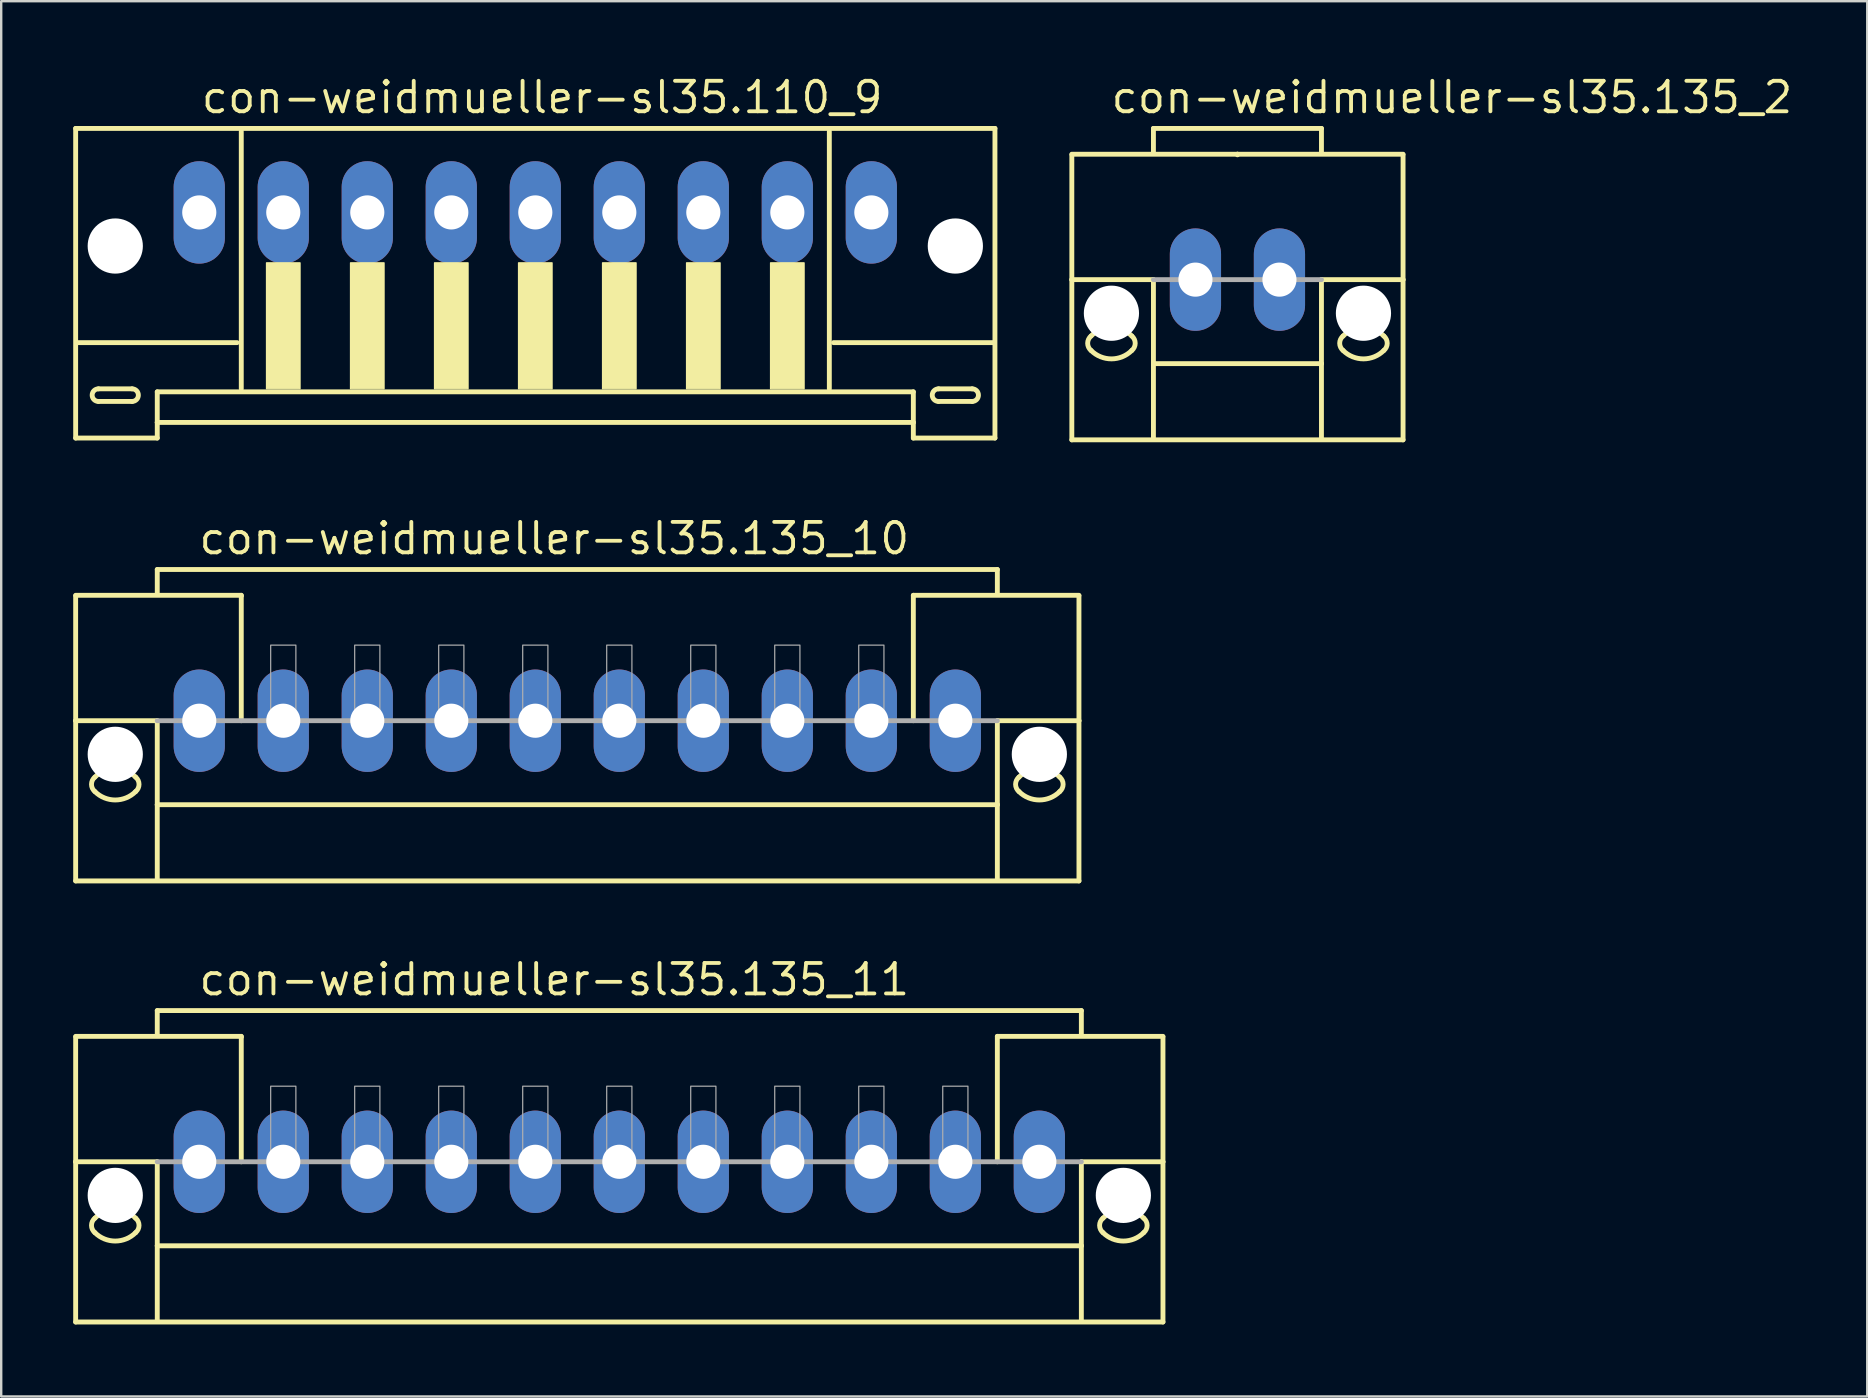
<source format=kicad_pcb>
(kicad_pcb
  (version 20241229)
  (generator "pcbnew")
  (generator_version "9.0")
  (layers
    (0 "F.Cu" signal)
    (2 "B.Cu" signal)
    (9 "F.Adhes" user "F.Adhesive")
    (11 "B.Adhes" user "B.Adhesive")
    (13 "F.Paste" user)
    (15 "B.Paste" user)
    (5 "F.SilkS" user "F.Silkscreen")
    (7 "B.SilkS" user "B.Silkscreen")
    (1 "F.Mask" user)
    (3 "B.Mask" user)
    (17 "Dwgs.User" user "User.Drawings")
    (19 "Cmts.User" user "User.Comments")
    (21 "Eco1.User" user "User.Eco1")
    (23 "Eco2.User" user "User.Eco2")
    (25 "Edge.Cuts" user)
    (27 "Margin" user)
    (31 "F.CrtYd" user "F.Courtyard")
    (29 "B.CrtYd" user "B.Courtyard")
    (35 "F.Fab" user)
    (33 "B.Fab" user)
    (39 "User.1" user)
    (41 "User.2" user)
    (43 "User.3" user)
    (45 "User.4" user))
  (footprint "con-weidmueller-sl35.110_9"
    (layer "F.Cu")
    (at 19.252 7.55)
    (property "Reference" "con-weidmueller-sl35.110_9" (at -14 -5.8 0) (layer "F.SilkS") (effects (font (size 1.27 1.27) (thickness 0.16)) (justify left bottom)))
    (attr through_hole)
    (fp_line (start -19.15 -5.25) (end -19.15 7.65) (stroke (width 0.203) (type default)) (layer "F.SilkS"))
    (fp_line (start -19.15 7.65) (end -15.75 7.65) (stroke (width 0.203) (type default)) (layer "F.SilkS"))
    (fp_line (start -18.2 5.6) (end -16.8 5.6) (stroke (width 0.203) (type default)) (layer "F.SilkS"))
    (fp_line (start -16.8 6.125) (end -18.2 6.125) (stroke (width 0.203) (type default)) (layer "F.SilkS"))
    (fp_line (start -15.75 5.725) (end 15.75 5.725) (stroke (width 0.203) (type default)) (layer "F.SilkS"))
    (fp_line (start -15.75 7) (end -15.75 5.725) (stroke (width 0.203) (type default)) (layer "F.SilkS"))
    (fp_line (start -15.75 7) (end 15.75 7) (stroke (width 0.203) (type default)) (layer "F.SilkS"))
    (fp_line (start -15.75 7.65) (end -15.75 7) (stroke (width 0.203) (type default)) (layer "F.SilkS"))
    (fp_line (start -12.425 3.675) (end -19.075 3.675) (stroke (width 0.203) (type default)) (layer "F.SilkS"))
    (fp_line (start -12.25 -5.125) (end -12.25 5.6) (stroke (width 0.203) (type default)) (layer "F.SilkS"))
    (fp_line (start 12.25 5.6) (end 12.25 -5.125) (stroke (width 0.203) (type default)) (layer "F.SilkS"))
    (fp_line (start 15.75 5.725) (end 15.75 7) (stroke (width 0.203) (type default)) (layer "F.SilkS"))
    (fp_line (start 15.75 7) (end 15.75 7.65) (stroke (width 0.203) (type default)) (layer "F.SilkS"))
    (fp_line (start 15.75 7.65) (end 19.15 7.65) (stroke (width 0.203) (type default)) (layer "F.SilkS"))
    (fp_line (start 16.8 5.6) (end 18.2 5.6) (stroke (width 0.203) (type default)) (layer "F.SilkS"))
    (fp_line (start 18.2 6.125) (end 16.8 6.125) (stroke (width 0.203) (type default)) (layer "F.SilkS"))
    (fp_line (start 19.075 3.675) (end 12.425 3.675) (stroke (width 0.203) (type default)) (layer "F.SilkS"))
    (fp_line (start 19.15 -5.25) (end -19.15 -5.25) (stroke (width 0.203) (type default)) (layer "F.SilkS"))
    (fp_line (start 19.15 7.65) (end 19.15 -5.25) (stroke (width 0.203) (type default)) (layer "F.SilkS"))
    (fp_rect (start -11.2 5.6) (end -9.8 0.35) (stroke (width 0.05) (type default)) (fill yes) (layer "F.SilkS"))
    (fp_rect (start -7.7 5.6) (end -6.3 0.35) (stroke (width 0.05) (type default)) (fill yes) (layer "F.SilkS"))
    (fp_rect (start -4.2 5.6) (end -2.8 0.35) (stroke (width 0.05) (type default)) (fill yes) (layer "F.SilkS"))
    (fp_rect (start -0.7 5.6) (end 0.7 0.35) (stroke (width 0.05) (type default)) (fill yes) (layer "F.SilkS"))
    (fp_rect (start 2.8 5.6) (end 4.2 0.35) (stroke (width 0.05) (type default)) (fill yes) (layer "F.SilkS"))
    (fp_rect (start 6.3 5.6) (end 7.7 0.35) (stroke (width 0.05) (type default)) (fill yes) (layer "F.SilkS"))
    (fp_rect (start 9.8 5.6) (end 11.2 0.35) (stroke (width 0.05) (type default)) (fill yes) (layer "F.SilkS"))
    (fp_arc (start -18.2 6.125) (mid -18.4625 5.8625) (end -18.2 5.6) (stroke (width 0.2032) (type default)) (layer "F.SilkS"))
    (fp_arc (start -16.8 5.6) (mid -16.5375 5.8625) (end -16.8 6.125) (stroke (width 0.2032) (type default)) (layer "F.SilkS"))
    (fp_arc (start 16.8 6.125) (mid 16.5375 5.8625) (end 16.8 5.6) (stroke (width 0.2032) (type default)) (layer "F.SilkS"))
    (fp_arc (start 18.2 5.6) (mid 18.4625 5.8625) (end 18.2 6.125) (stroke (width 0.2032) (type default)) (layer "F.SilkS"))
    (pad "" np_thru_hole circle (at -17.5 -0.35) (size 2.3 2.3) (drill 2.3) (layers "*.Cu" "*.Mask"))
    (pad "" np_thru_hole circle (at 17.5 -0.35) (size 2.3 2.3) (drill 2.3) (layers "*.Cu" "*.Mask"))
    (pad "1" thru_hole oval (at -14 -1.75 90) (size 4.267 2.134) (drill 1.422) (layers "*.Cu" "*.Mask"))
    (pad "2" thru_hole oval (at -10.5 -1.75 90) (size 4.267 2.134) (drill 1.422) (layers "*.Cu" "*.Mask"))
    (pad "3" thru_hole oval (at -7 -1.75 90) (size 4.267 2.134) (drill 1.422) (layers "*.Cu" "*.Mask"))
    (pad "4" thru_hole oval (at -3.5 -1.75 90) (size 4.267 2.134) (drill 1.422) (layers "*.Cu" "*.Mask"))
    (pad "5" thru_hole oval (at 0 -1.75 90) (size 4.267 2.134) (drill 1.422) (layers "*.Cu" "*.Mask"))
    (pad "6" thru_hole oval (at 3.5 -1.75 90) (size 4.267 2.134) (drill 1.422) (layers "*.Cu" "*.Mask"))
    (pad "7" thru_hole oval (at 7 -1.75 90) (size 4.267 2.134) (drill 1.422) (layers "*.Cu" "*.Mask"))
    (pad "8" thru_hole oval (at 10.5 -1.75 90) (size 4.267 2.134) (drill 1.422) (layers "*.Cu" "*.Mask"))
    (pad "9" thru_hole oval (at 14 -1.75 90) (size 4.267 2.134) (drill 1.422) (layers "*.Cu" "*.Mask")))
  (footprint "con-weidmueller-sl35.135_2"
    (layer "F.Cu")
    (at 48.505 8.6)
    (property "Reference" "con-weidmueller-sl35.135_2" (at -5.35 -6.85 0) (layer "F.SilkS") (effects (font (size 1.27 1.27) (thickness 0.16)) (justify left bottom)))
    (attr through_hole)
    (fp_line (start -6.9 -5.225) (end 0 -5.225) (stroke (width 0.203) (type default)) (layer "F.SilkS"))
    (fp_line (start -6.9 -5.2) (end -6.9 0) (stroke (width 0.203) (type default)) (layer "F.SilkS"))
    (fp_line (start -6.9 0) (end -6.9 6.675) (stroke (width 0.203) (type default)) (layer "F.SilkS"))
    (fp_line (start -6.9 0) (end -3.5 0) (stroke (width 0.203) (type default)) (layer "F.SilkS"))
    (fp_line (start -6.9 6.675) (end 6.9 6.675) (stroke (width 0.203) (type default)) (layer "F.SilkS"))
    (fp_line (start -3.5 -6.3) (end 3.5 -6.3) (stroke (width 0.203) (type default)) (layer "F.SilkS"))
    (fp_line (start -3.5 -5.3) (end -3.5 -6.3) (stroke (width 0.203) (type default)) (layer "F.SilkS"))
    (fp_line (start -3.5 0) (end -3.5 3.5) (stroke (width 0.203) (type default)) (layer "F.SilkS"))
    (fp_line (start -3.5 3.5) (end 3.5 3.5) (stroke (width 0.203) (type default)) (layer "F.SilkS"))
    (fp_line (start -3.5 6.65) (end -3.5 3.5) (stroke (width 0.203) (type default)) (layer "F.SilkS"))
    (fp_line (start 0 -5.225) (end 6.9 -5.225) (stroke (width 0.203) (type default)) (layer "F.SilkS"))
    (fp_line (start 0 -5.2) (end 0 -5.225) (stroke (width 0.203) (type default)) (layer "F.SilkS"))
    (fp_line (start 3.5 -6.3) (end 3.5 -5.3) (stroke (width 0.203) (type default)) (layer "F.SilkS"))
    (fp_line (start 3.5 3.5) (end 3.5 0) (stroke (width 0.203) (type default)) (layer "F.SilkS"))
    (fp_line (start 3.5 6.65) (end 3.5 3.5) (stroke (width 0.203) (type default)) (layer "F.SilkS"))
    (fp_line (start 6.9 0) (end 3.5 0) (stroke (width 0.203) (type default)) (layer "F.SilkS"))
    (fp_line (start 6.9 0) (end 6.9 -5.2) (stroke (width 0.203) (type default)) (layer "F.SilkS"))
    (fp_line (start 6.9 6.675) (end 6.9 0) (stroke (width 0.203) (type default)) (layer "F.SilkS"))
    (fp_arc (start -6.1 2.35) (mid -5.25 1.997918) (end -4.4 2.35) (stroke (width 0.2032) (type default)) (layer "F.SilkS"))
    (fp_arc (start -6.1 2.95) (mid -6.240512 2.65) (end -6.1 2.35) (stroke (width 0.2032) (type default)) (layer "F.SilkS"))
    (fp_arc (start -4.4 2.35) (mid -4.259488 2.65) (end -4.4 2.95) (stroke (width 0.2032) (type default)) (layer "F.SilkS"))
    (fp_arc (start -4.4 2.95) (mid -5.25 3.302082) (end -6.1 2.95) (stroke (width 0.2032) (type default)) (layer "F.SilkS"))
    (fp_arc (start 4.4 2.35) (mid 5.25 1.997918) (end 6.1 2.35) (stroke (width 0.2032) (type default)) (layer "F.SilkS"))
    (fp_arc (start 4.4 2.95) (mid 4.259488 2.65) (end 4.4 2.35) (stroke (width 0.2032) (type default)) (layer "F.SilkS"))
    (fp_arc (start 6.1 2.35) (mid 6.240512 2.65) (end 6.1 2.95) (stroke (width 0.2032) (type default)) (layer "F.SilkS"))
    (fp_arc (start 6.1 2.95) (mid 5.25 3.302082) (end 4.4 2.95) (stroke (width 0.2032) (type default)) (layer "F.SilkS"))
    (fp_line (start 3.5 0) (end -3.5 0) (stroke (width 0.203) (type default)) (layer "F.Fab"))
    (pad "" np_thru_hole circle (at -5.25 1.4) (size 2.3 2.3) (drill 2.3) (layers "*.Cu" "*.Mask"))
    (pad "" np_thru_hole circle (at 5.25 1.4) (size 2.3 2.3) (drill 2.3) (layers "*.Cu" "*.Mask"))
    (pad "1" thru_hole oval (at -1.75 0 90) (size 4.267 2.134) (drill 1.422) (layers "*.Cu" "*.Mask"))
    (pad "2" thru_hole oval (at 1.75 0 90) (size 4.267 2.134) (drill 1.422) (layers "*.Cu" "*.Mask")))
  (footprint "con-weidmueller-sl35.135_11"
    (layer "F.Cu")
    (at 22.752 45.353)
    (property "Reference" "con-weidmueller-sl35.135_11" (at -17.6 -6.85 0) (layer "F.SilkS") (effects (font (size 1.27 1.27) (thickness 0.16)) (justify left bottom)))
    (attr through_hole)
    (fp_line (start -22.65 -5.225) (end -15.75 -5.225) (stroke (width 0.203) (type default)) (layer "F.SilkS"))
    (fp_line (start -22.65 -5.2) (end -22.65 0) (stroke (width 0.203) (type default)) (layer "F.SilkS"))
    (fp_line (start -22.65 0) (end -22.65 6.675) (stroke (width 0.203) (type default)) (layer "F.SilkS"))
    (fp_line (start -22.65 0) (end -19.25 0) (stroke (width 0.203) (type default)) (layer "F.SilkS"))
    (fp_line (start -22.65 6.675) (end 22.65 6.675) (stroke (width 0.203) (type default)) (layer "F.SilkS"))
    (fp_line (start -19.25 -6.3) (end 19.25 -6.3) (stroke (width 0.203) (type default)) (layer "F.SilkS"))
    (fp_line (start -19.25 -5.3) (end -19.25 -6.3) (stroke (width 0.203) (type default)) (layer "F.SilkS"))
    (fp_line (start -19.25 0) (end -19.25 3.5) (stroke (width 0.203) (type default)) (layer "F.SilkS"))
    (fp_line (start -19.25 3.5) (end 19.25 3.5) (stroke (width 0.203) (type default)) (layer "F.SilkS"))
    (fp_line (start -19.25 6.65) (end -19.25 3.5) (stroke (width 0.203) (type default)) (layer "F.SilkS"))
    (fp_line (start -15.75 -5.225) (end -15.75 -5.2) (stroke (width 0.203) (type default)) (layer "F.SilkS"))
    (fp_line (start -15.75 -5.175) (end -15.75 0) (stroke (width 0.203) (type default)) (layer "F.SilkS"))
    (fp_line (start 15.75 -5.225) (end 22.65 -5.225) (stroke (width 0.203) (type default)) (layer "F.SilkS"))
    (fp_line (start 15.75 -5.2) (end 15.75 -5.225) (stroke (width 0.203) (type default)) (layer "F.SilkS"))
    (fp_line (start 15.75 0) (end 15.75 -5.175) (stroke (width 0.203) (type default)) (layer "F.SilkS"))
    (fp_line (start 19.25 -6.3) (end 19.25 -5.3) (stroke (width 0.203) (type default)) (layer "F.SilkS"))
    (fp_line (start 19.25 3.5) (end 19.25 0) (stroke (width 0.203) (type default)) (layer "F.SilkS"))
    (fp_line (start 19.25 6.65) (end 19.25 3.5) (stroke (width 0.203) (type default)) (layer "F.SilkS"))
    (fp_line (start 22.65 0) (end 19.25 0) (stroke (width 0.203) (type default)) (layer "F.SilkS"))
    (fp_line (start 22.65 0) (end 22.65 -5.2) (stroke (width 0.203) (type default)) (layer "F.SilkS"))
    (fp_line (start 22.65 6.675) (end 22.65 0) (stroke (width 0.203) (type default)) (layer "F.SilkS"))
    (fp_arc (start -21.85 2.35) (mid -21 1.997918) (end -20.15 2.35) (stroke (width 0.2032) (type default)) (layer "F.SilkS"))
    (fp_arc (start -21.85 2.95) (mid -21.990512 2.65) (end -21.85 2.35) (stroke (width 0.2032) (type default)) (layer "F.SilkS"))
    (fp_arc (start -20.15 2.35) (mid -20.009488 2.65) (end -20.15 2.95) (stroke (width 0.2032) (type default)) (layer "F.SilkS"))
    (fp_arc (start -20.15 2.95) (mid -21 3.302082) (end -21.85 2.95) (stroke (width 0.2032) (type default)) (layer "F.SilkS"))
    (fp_arc (start 20.15 2.35) (mid 21 1.997918) (end 21.85 2.35) (stroke (width 0.2032) (type default)) (layer "F.SilkS"))
    (fp_arc (start 20.15 2.95) (mid 20.009488 2.65) (end 20.15 2.35) (stroke (width 0.2032) (type default)) (layer "F.SilkS"))
    (fp_arc (start 21.85 2.35) (mid 21.990512 2.65) (end 21.85 2.95) (stroke (width 0.2032) (type default)) (layer "F.SilkS"))
    (fp_arc (start 21.85 2.95) (mid 21 3.302082) (end 20.15 2.95) (stroke (width 0.2032) (type default)) (layer "F.SilkS"))
    (fp_line (start 19.25 0) (end -19.25 0) (stroke (width 0.203) (type default)) (layer "F.Fab"))
    (fp_rect (start -14.525 0) (end -13.475 -3.15) (stroke (width 0.05) (type default)) (fill no) (layer "F.Fab"))
    (fp_rect (start -11.025 0) (end -9.975 -3.15) (stroke (width 0.05) (type default)) (fill no) (layer "F.Fab"))
    (fp_rect (start -7.525 0) (end -6.475 -3.15) (stroke (width 0.05) (type default)) (fill no) (layer "F.Fab"))
    (fp_rect (start -4.025 0) (end -2.975 -3.15) (stroke (width 0.05) (type default)) (fill no) (layer "F.Fab"))
    (fp_rect (start -0.525 0) (end 0.525 -3.15) (stroke (width 0.05) (type default)) (fill no) (layer "F.Fab"))
    (fp_rect (start 2.975 0) (end 4.025 -3.15) (stroke (width 0.05) (type default)) (fill no) (layer "F.Fab"))
    (fp_rect (start 6.475 0) (end 7.525 -3.15) (stroke (width 0.05) (type default)) (fill no) (layer "F.Fab"))
    (fp_rect (start 9.975 0) (end 11.025 -3.15) (stroke (width 0.05) (type default)) (fill no) (layer "F.Fab"))
    (fp_rect (start 13.475 0) (end 14.525 -3.15) (stroke (width 0.05) (type default)) (fill no) (layer "F.Fab"))
    (pad "" np_thru_hole circle (at -21 1.4) (size 2.3 2.3) (drill 2.3) (layers "*.Cu" "*.Mask"))
    (pad "" np_thru_hole circle (at 21 1.4) (size 2.3 2.3) (drill 2.3) (layers "*.Cu" "*.Mask"))
    (pad "1" thru_hole oval (at -17.5 0 90) (size 4.267 2.134) (drill 1.422) (layers "*.Cu" "*.Mask"))
    (pad "2" thru_hole oval (at -14 0 90) (size 4.267 2.134) (drill 1.422) (layers "*.Cu" "*.Mask"))
    (pad "3" thru_hole oval (at -10.5 0 90) (size 4.267 2.134) (drill 1.422) (layers "*.Cu" "*.Mask"))
    (pad "4" thru_hole oval (at -7 0 90) (size 4.267 2.134) (drill 1.422) (layers "*.Cu" "*.Mask"))
    (pad "5" thru_hole oval (at -3.5 0 90) (size 4.267 2.134) (drill 1.422) (layers "*.Cu" "*.Mask"))
    (pad "6" thru_hole oval (at 0 0 90) (size 4.267 2.134) (drill 1.422) (layers "*.Cu" "*.Mask"))
    (pad "7" thru_hole oval (at 3.5 0 90) (size 4.267 2.134) (drill 1.422) (layers "*.Cu" "*.Mask"))
    (pad "8" thru_hole oval (at 7 0 90) (size 4.267 2.134) (drill 1.422) (layers "*.Cu" "*.Mask"))
    (pad "9" thru_hole oval (at 10.5 0 90) (size 4.267 2.134) (drill 1.422) (layers "*.Cu" "*.Mask"))
    (pad "10" thru_hole oval (at 14 0 90) (size 4.267 2.134) (drill 1.422) (layers "*.Cu" "*.Mask"))
    (pad "11" thru_hole oval (at 17.5 0 90) (size 4.267 2.134) (drill 1.422) (layers "*.Cu" "*.Mask")))
  (footprint "con-weidmueller-sl35.135_10"
    (layer "F.Cu")
    (at 21.002 26.977)
    (property "Reference" "con-weidmueller-sl35.135_10" (at -15.85 -6.85 0) (layer "F.SilkS") (effects (font (size 1.27 1.27) (thickness 0.16)) (justify left bottom)))
    (attr through_hole)
    (fp_line (start -20.9 -5.225) (end -14 -5.225) (stroke (width 0.203) (type default)) (layer "F.SilkS"))
    (fp_line (start -20.9 -5.2) (end -20.9 0) (stroke (width 0.203) (type default)) (layer "F.SilkS"))
    (fp_line (start -20.9 0) (end -20.9 6.675) (stroke (width 0.203) (type default)) (layer "F.SilkS"))
    (fp_line (start -20.9 0) (end -17.5 0) (stroke (width 0.203) (type default)) (layer "F.SilkS"))
    (fp_line (start -20.9 6.675) (end 20.9 6.675) (stroke (width 0.203) (type default)) (layer "F.SilkS"))
    (fp_line (start -17.5 -6.3) (end 17.5 -6.3) (stroke (width 0.203) (type default)) (layer "F.SilkS"))
    (fp_line (start -17.5 -5.3) (end -17.5 -6.3) (stroke (width 0.203) (type default)) (layer "F.SilkS"))
    (fp_line (start -17.5 0) (end -17.5 3.5) (stroke (width 0.203) (type default)) (layer "F.SilkS"))
    (fp_line (start -17.5 3.5) (end 17.5 3.5) (stroke (width 0.203) (type default)) (layer "F.SilkS"))
    (fp_line (start -17.5 6.65) (end -17.5 3.5) (stroke (width 0.203) (type default)) (layer "F.SilkS"))
    (fp_line (start -14 -5.225) (end -14 -5.2) (stroke (width 0.203) (type default)) (layer "F.SilkS"))
    (fp_line (start -14 -5.175) (end -14 0) (stroke (width 0.203) (type default)) (layer "F.SilkS"))
    (fp_line (start 14 -5.225) (end 20.9 -5.225) (stroke (width 0.203) (type default)) (layer "F.SilkS"))
    (fp_line (start 14 -5.2) (end 14 -5.225) (stroke (width 0.203) (type default)) (layer "F.SilkS"))
    (fp_line (start 14 0) (end 14 -5.175) (stroke (width 0.203) (type default)) (layer "F.SilkS"))
    (fp_line (start 17.5 -6.3) (end 17.5 -5.3) (stroke (width 0.203) (type default)) (layer "F.SilkS"))
    (fp_line (start 17.5 3.5) (end 17.5 0) (stroke (width 0.203) (type default)) (layer "F.SilkS"))
    (fp_line (start 17.5 6.65) (end 17.5 3.5) (stroke (width 0.203) (type default)) (layer "F.SilkS"))
    (fp_line (start 20.9 0) (end 17.5 0) (stroke (width 0.203) (type default)) (layer "F.SilkS"))
    (fp_line (start 20.9 0) (end 20.9 -5.2) (stroke (width 0.203) (type default)) (layer "F.SilkS"))
    (fp_line (start 20.9 6.675) (end 20.9 0) (stroke (width 0.203) (type default)) (layer "F.SilkS"))
    (fp_arc (start -20.1 2.35) (mid -19.25 1.997918) (end -18.4 2.35) (stroke (width 0.2032) (type default)) (layer "F.SilkS"))
    (fp_arc (start -20.1 2.95) (mid -20.240512 2.65) (end -20.1 2.35) (stroke (width 0.2032) (type default)) (layer "F.SilkS"))
    (fp_arc (start -18.4 2.35) (mid -18.259488 2.65) (end -18.4 2.95) (stroke (width 0.2032) (type default)) (layer "F.SilkS"))
    (fp_arc (start -18.4 2.95) (mid -19.25 3.302082) (end -20.1 2.95) (stroke (width 0.2032) (type default)) (layer "F.SilkS"))
    (fp_arc (start 18.4 2.35) (mid 19.25 1.997918) (end 20.1 2.35) (stroke (width 0.2032) (type default)) (layer "F.SilkS"))
    (fp_arc (start 18.4 2.95) (mid 18.259488 2.65) (end 18.4 2.35) (stroke (width 0.2032) (type default)) (layer "F.SilkS"))
    (fp_arc (start 20.1 2.35) (mid 20.240512 2.65) (end 20.1 2.95) (stroke (width 0.2032) (type default)) (layer "F.SilkS"))
    (fp_arc (start 20.1 2.95) (mid 19.25 3.302082) (end 18.4 2.95) (stroke (width 0.2032) (type default)) (layer "F.SilkS"))
    (fp_line (start 17.5 0) (end -17.5 0) (stroke (width 0.203) (type default)) (layer "F.Fab"))
    (fp_rect (start -12.775 0) (end -11.725 -3.15) (stroke (width 0.05) (type default)) (fill no) (layer "F.Fab"))
    (fp_rect (start -9.275 0) (end -8.225 -3.15) (stroke (width 0.05) (type default)) (fill no) (layer "F.Fab"))
    (fp_rect (start -5.775 0) (end -4.725 -3.15) (stroke (width 0.05) (type default)) (fill no) (layer "F.Fab"))
    (fp_rect (start -2.275 0) (end -1.225 -3.15) (stroke (width 0.05) (type default)) (fill no) (layer "F.Fab"))
    (fp_rect (start 1.225 0) (end 2.275 -3.15) (stroke (width 0.05) (type default)) (fill no) (layer "F.Fab"))
    (fp_rect (start 4.725 0) (end 5.775 -3.15) (stroke (width 0.05) (type default)) (fill no) (layer "F.Fab"))
    (fp_rect (start 8.225 0) (end 9.275 -3.15) (stroke (width 0.05) (type default)) (fill no) (layer "F.Fab"))
    (fp_rect (start 11.725 0) (end 12.775 -3.15) (stroke (width 0.05) (type default)) (fill no) (layer "F.Fab"))
    (pad "" np_thru_hole circle (at -19.25 1.4) (size 2.3 2.3) (drill 2.3) (layers "*.Cu" "*.Mask"))
    (pad "" np_thru_hole circle (at 19.25 1.4) (size 2.3 2.3) (drill 2.3) (layers "*.Cu" "*.Mask"))
    (pad "1" thru_hole oval (at -15.75 0 90) (size 4.267 2.134) (drill 1.422) (layers "*.Cu" "*.Mask"))
    (pad "2" thru_hole oval (at -12.25 0 90) (size 4.267 2.134) (drill 1.422) (layers "*.Cu" "*.Mask"))
    (pad "3" thru_hole oval (at -8.75 0 90) (size 4.267 2.134) (drill 1.422) (layers "*.Cu" "*.Mask"))
    (pad "4" thru_hole oval (at -5.25 0 90) (size 4.267 2.134) (drill 1.422) (layers "*.Cu" "*.Mask"))
    (pad "5" thru_hole oval (at -1.75 0 90) (size 4.267 2.134) (drill 1.422) (layers "*.Cu" "*.Mask"))
    (pad "6" thru_hole oval (at 1.75 0 90) (size 4.267 2.134) (drill 1.422) (layers "*.Cu" "*.Mask"))
    (pad "7" thru_hole oval (at 5.25 0 90) (size 4.267 2.134) (drill 1.422) (layers "*.Cu" "*.Mask"))
    (pad "8" thru_hole oval (at 8.75 0 90) (size 4.267 2.134) (drill 1.422) (layers "*.Cu" "*.Mask"))
    (pad "9" thru_hole oval (at 12.25 0 90) (size 4.267 2.134) (drill 1.422) (layers "*.Cu" "*.Mask"))
    (pad "10" thru_hole oval (at 15.75 0 90) (size 4.267 2.134) (drill 1.422) (layers "*.Cu" "*.Mask")))
  (gr_rect
    (start -3 -3)
    (end 74.744 55.13)
    (stroke (width 0.1) (type default))
    (fill no)
    (layer "Edge.Cuts")))
</source>
